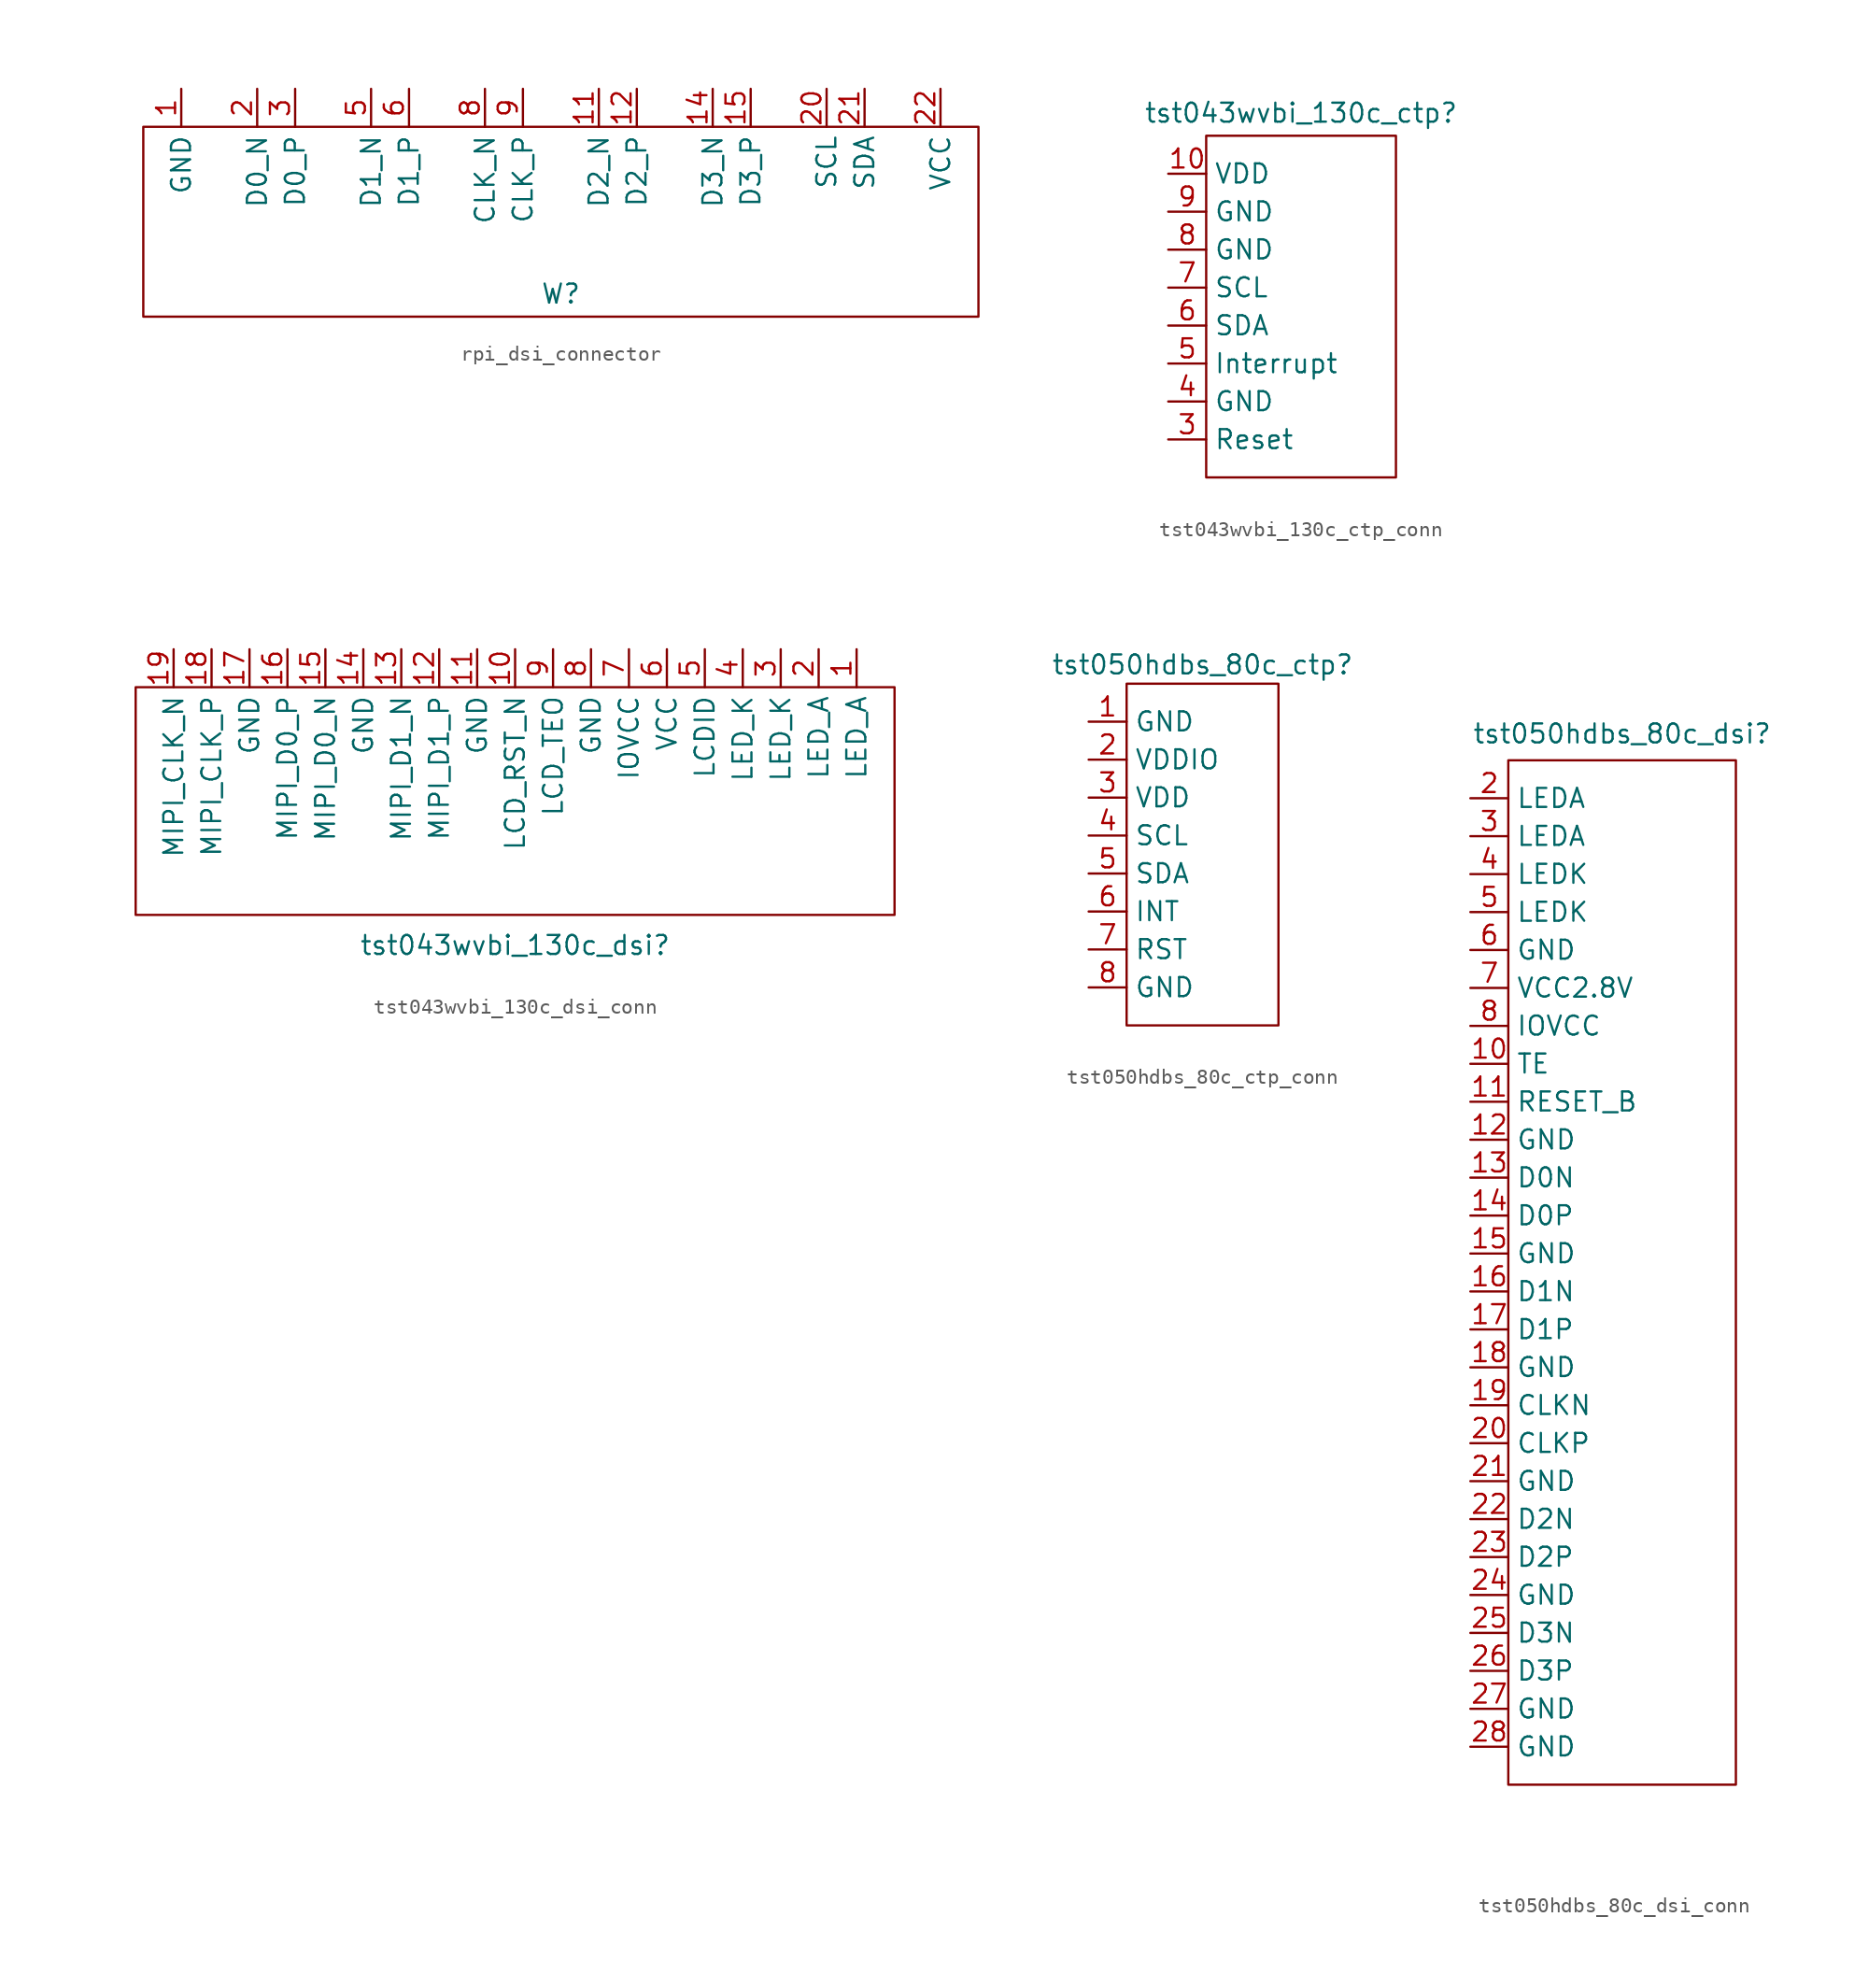
<source format=kicad_sym>
(kicad_symbol_lib
  (version 20241209)
  (generator "kicad_symbol_editor")
  (generator_version "9.0")
  (symbol "rpi_dsi_connector"
    (property "Reference" "W"
      (at 0 -4.826 0)
      (effects (font (size 1.27 1.27))))
    (property "Value" ""
      (at 0 0 0)
      (effects (font (size 1.27 1.27))))
    (symbol "rpi_dsi_connector_0_1"
      (rectangle (start -27.94 6.35) (end 27.94 -6.35) (stroke (width 0) (type default)) (fill (type none))))
    (symbol "rpi_dsi_connector_1_1"
      (pin power_in line (at -25.4 8.89 270) (length 2.54) (name "GND" (effects (font (size 1.27 1.27)))) (number "1" (effects (font (size 1.27 1.27)))))
      (pin input line (at -20.32 8.89 270) (length 2.54) (name "D0_N" (effects (font (size 1.27 1.27)))) (number "2" (effects (font (size 1.27 1.27)))))
      (pin input line (at -17.78 8.89 270) (length 2.54) (name "D0_P" (effects (font (size 1.27 1.27)))) (number "3" (effects (font (size 1.27 1.27)))))
      (pin input line (at -12.7 8.89 270) (length 2.54) (name "D1_N" (effects (font (size 1.27 1.27)))) (number "5" (effects (font (size 1.27 1.27)))))
      (pin input line (at -10.16 8.89 270) (length 2.54) (name "D1_P" (effects (font (size 1.27 1.27)))) (number "6" (effects (font (size 1.27 1.27)))))
      (pin input line (at -5.08 8.89 270) (length 2.54) (name "CLK_N" (effects (font (size 1.27 1.27)))) (number "8" (effects (font (size 1.27 1.27)))))
      (pin input line (at -2.54 8.89 270) (length 2.54) (name "CLK_P" (effects (font (size 1.27 1.27)))) (number "9" (effects (font (size 1.27 1.27)))))
      (pin input line (at 2.54 8.89 270) (length 2.54) (name "D2_N" (effects (font (size 1.27 1.27)))) (number "11" (effects (font (size 1.27 1.27)))))
      (pin input line (at 5.08 8.89 270) (length 2.54) (name "D2_P" (effects (font (size 1.27 1.27)))) (number "12" (effects (font (size 1.27 1.27)))))
      (pin input line (at 10.16 8.89 270) (length 2.54) (name "D3_N" (effects (font (size 1.27 1.27)))) (number "14" (effects (font (size 1.27 1.27)))))
      (pin input line (at 12.7 8.89 270) (length 2.54) (name "D3_P" (effects (font (size 1.27 1.27)))) (number "15" (effects (font (size 1.27 1.27)))))
      (pin input line (at 17.78 8.89 270) (length 2.54) (name "SCL" (effects (font (size 1.27 1.27)))) (number "20" (effects (font (size 1.27 1.27)))))
      (pin bidirectional line (at 20.32 8.89 270) (length 2.54) (name "SDA" (effects (font (size 1.27 1.27)))) (number "21" (effects (font (size 1.27 1.27)))))
      (pin power_in line (at 25.4 8.89 270) (length 2.54) (name "VCC" (effects (font (size 1.27 1.27)))) (number "22" (effects (font (size 1.27 1.27)))))))
  (symbol "tst043wvbi_130c_ctp_conn"
    (property "Reference" "tst043wvbi_130c_ctp"
      (at 0 12.954 0)
      (do_not_autoplace)
      (effects (font (size 1.27 1.27))))
    (property "Value" ""
      (at 0 0 0)
      (effects (font (size 1.27 1.27))))
    (symbol "tst043wvbi_130c_ctp_conn_0_1"
      (rectangle (start -6.35 11.43) (end 6.35 -11.43) (stroke (width 0) (type default)) (fill (type none))))
    (symbol "tst043wvbi_130c_ctp_conn_1_1"
      (pin power_in line (at -8.89 8.89 0) (length 2.54) (name "VDD" (effects (font (size 1.27 1.27)))) (number "10" (effects (font (size 1.27 1.27)))))
      (pin power_in line (at -8.89 6.35 0) (length 2.54) (name "GND" (effects (font (size 1.27 1.27)))) (number "9" (effects (font (size 1.27 1.27)))))
      (pin power_in line (at -8.89 3.81 0) (length 2.54) (name "GND" (effects (font (size 1.27 1.27)))) (number "8" (effects (font (size 1.27 1.27)))))
      (pin input line (at -8.89 1.27 0) (length 2.54) (name "SCL" (effects (font (size 1.27 1.27)))) (number "7" (effects (font (size 1.27 1.27)))))
      (pin bidirectional line (at -8.89 -1.27 0) (length 2.54) (name "SDA" (effects (font (size 1.27 1.27)))) (number "6" (effects (font (size 1.27 1.27)))))
      (pin input line (at -8.89 -3.81 0) (length 2.54) (name "Interrupt" (effects (font (size 1.27 1.27)))) (number "5" (effects (font (size 1.27 1.27)))))
      (pin power_in line (at -8.89 -6.35 0) (length 2.54) (name "GND" (effects (font (size 1.27 1.27)))) (number "4" (effects (font (size 1.27 1.27)))))
      (pin input line (at -8.89 -8.89 0) (length 2.54) (name "Reset" (effects (font (size 1.27 1.27)))) (number "3" (effects (font (size 1.27 1.27)))))))
  (symbol "tst043wvbi_130c_dsi_conn"
    (property "Reference" "tst043wvbi_130c_dsi"
      (at 0 -9.652 0)
      (effects (font (size 1.27 1.27))))
    (property "Value" ""
      (at 0 0 0)
      (effects (font (size 1.27 1.27))))
    (symbol "tst043wvbi_130c_dsi_conn_0_1"
      (rectangle (start -25.4 7.62) (end 25.4 -7.62) (stroke (width 0) (type default)) (fill (type none))))
    (symbol "tst043wvbi_130c_dsi_conn_1_1"
      (pin input line (at -22.86 10.16 270) (length 2.54) (name "MIPI_CLK_N" (effects (font (size 1.27 1.27)))) (number "19" (effects (font (size 1.27 1.27)))))
      (pin input line (at -20.32 10.16 270) (length 2.54) (name "MIPI_CLK_P" (effects (font (size 1.27 1.27)))) (number "18" (effects (font (size 1.27 1.27)))))
      (pin power_in line (at -17.78 10.16 270) (length 2.54) (name "GND" (effects (font (size 1.27 1.27)))) (number "17" (effects (font (size 1.27 1.27)))))
      (pin input line (at -15.24 10.16 270) (length 2.54) (name "MIPI_D0_P" (effects (font (size 1.27 1.27)))) (number "16" (effects (font (size 1.27 1.27)))))
      (pin input line (at -12.7 10.16 270) (length 2.54) (name "MIPI_D0_N" (effects (font (size 1.27 1.27)))) (number "15" (effects (font (size 1.27 1.27)))))
      (pin power_in line (at -10.16 10.16 270) (length 2.54) (name "GND" (effects (font (size 1.27 1.27)))) (number "14" (effects (font (size 1.27 1.27)))))
      (pin input line (at -7.62 10.16 270) (length 2.54) (name "MIPI_D1_N" (effects (font (size 1.27 1.27)))) (number "13" (effects (font (size 1.27 1.27)))))
      (pin input line (at -5.08 10.16 270) (length 2.54) (name "MIPI_D1_P" (effects (font (size 1.27 1.27)))) (number "12" (effects (font (size 1.27 1.27)))))
      (pin power_in line (at -2.54 10.16 270) (length 2.54) (name "GND" (effects (font (size 1.27 1.27)))) (number "11" (effects (font (size 1.27 1.27)))))
      (pin input line (at 0 10.16 270) (length 2.54) (name "LCD_RST_N" (effects (font (size 1.27 1.27)))) (number "10" (effects (font (size 1.27 1.27)))))
      (pin output line (at 2.54 10.16 270) (length 2.54) (name "LCD_TEO" (effects (font (size 1.27 1.27)))) (number "9" (effects (font (size 1.27 1.27)))))
      (pin power_in line (at 5.08 10.16 270) (length 2.54) (name "GND" (effects (font (size 1.27 1.27)))) (number "8" (effects (font (size 1.27 1.27)))))
      (pin power_in line (at 7.62 10.16 270) (length 2.54) (name "IOVCC" (effects (font (size 1.27 1.27)))) (number "7" (effects (font (size 1.27 1.27)))))
      (pin power_in line (at 10.16 10.16 270) (length 2.54) (name "VCC" (effects (font (size 1.27 1.27)))) (number "6" (effects (font (size 1.27 1.27)))))
      (pin output line (at 12.7 10.16 270) (length 2.54) (name "LCDID" (effects (font (size 1.27 1.27)))) (number "5" (effects (font (size 1.27 1.27)))))
      (pin input line (at 15.24 10.16 270) (length 2.54) (name "LED_K" (effects (font (size 1.27 1.27)))) (number "4" (effects (font (size 1.27 1.27)))))
      (pin input line (at 17.78 10.16 270) (length 2.54) (name "LED_K" (effects (font (size 1.27 1.27)))) (number "3" (effects (font (size 1.27 1.27)))))
      (pin input line (at 20.32 10.16 270) (length 2.54) (name "LED_A" (effects (font (size 1.27 1.27)))) (number "2" (effects (font (size 1.27 1.27)))))
      (pin input line (at 22.86 10.16 270) (length 2.54) (name "LED_A" (effects (font (size 1.27 1.27)))) (number "1" (effects (font (size 1.27 1.27)))))))
  (symbol "tst050hdbs_80c_ctp_conn"
    (property "Reference" "tst050hdbs_80c_ctp"
      (at 0 12.7 0)
      (effects (font (size 1.27 1.27))))
    (property "Value" ""
      (at 0 0 0)
      (effects (font (size 1.27 1.27))))
    (symbol "tst050hdbs_80c_ctp_conn_0_1"
      (rectangle (start -5.08 11.43) (end 5.08 -11.43) (stroke (width 0) (type default)) (fill (type none))))
    (symbol "tst050hdbs_80c_ctp_conn_1_1"
      (pin power_in line (at -7.62 8.89 0) (length 2.54) (name "GND" (effects (font (size 1.27 1.27)))) (number "1" (effects (font (size 1.27 1.27)))))
      (pin power_in line (at -7.62 6.35 0) (length 2.54) (name "VDDIO" (effects (font (size 1.27 1.27)))) (number "2" (effects (font (size 1.27 1.27)))))
      (pin power_in line (at -7.62 3.81 0) (length 2.54) (name "VDD" (effects (font (size 1.27 1.27)))) (number "3" (effects (font (size 1.27 1.27)))))
      (pin input line (at -7.62 1.27 0) (length 2.54) (name "SCL" (effects (font (size 1.27 1.27)))) (number "4" (effects (font (size 1.27 1.27)))))
      (pin bidirectional line (at -7.62 -1.27 0) (length 2.54) (name "SDA" (effects (font (size 1.27 1.27)))) (number "5" (effects (font (size 1.27 1.27)))))
      (pin output line (at -7.62 -3.81 0) (length 2.54) (name "INT" (effects (font (size 1.27 1.27)))) (number "6" (effects (font (size 1.27 1.27)))))
      (pin input line (at -7.62 -6.35 0) (length 2.54) (name "RST" (effects (font (size 1.27 1.27)))) (number "7" (effects (font (size 1.27 1.27)))))
      (pin power_in line (at -7.62 -8.89 0) (length 2.54) (name "GND" (effects (font (size 1.27 1.27)))) (number "8" (effects (font (size 1.27 1.27)))))))
  (symbol "tst050hdbs_80c_dsi_conn"
    (property "Reference" "tst050hdbs_80c_dsi"
      (at 0 36.068 0)
      (effects (font (size 1.27 1.27))))
    (property "Value" ""
      (at 0 0 0)
      (effects (font (size 1.27 1.27))))
    (symbol "tst050hdbs_80c_dsi_conn_0_1"
      (rectangle (start -7.62 34.29) (end 7.62 -34.29) (stroke (width 0) (type default)) (fill (type none))))
    (symbol "tst050hdbs_80c_dsi_conn_1_1"
      (pin input line (at -10.16 31.75 0) (length 2.54) (name "LEDA" (effects (font (size 1.27 1.27)))) (number "2" (effects (font (size 1.27 1.27)))))
      (pin input line (at -10.16 29.21 0) (length 2.54) (name "LEDA" (effects (font (size 1.27 1.27)))) (number "3" (effects (font (size 1.27 1.27)))))
      (pin input line (at -10.16 26.67 0) (length 2.54) (name "LEDK" (effects (font (size 1.27 1.27)))) (number "4" (effects (font (size 1.27 1.27)))))
      (pin input line (at -10.16 24.13 0) (length 2.54) (name "LEDK" (effects (font (size 1.27 1.27)))) (number "5" (effects (font (size 1.27 1.27)))))
      (pin power_in line (at -10.16 21.59 0) (length 2.54) (name "GND" (effects (font (size 1.27 1.27)))) (number "6" (effects (font (size 1.27 1.27)))))
      (pin power_in line (at -10.16 19.05 0) (length 2.54) (name "VCC2.8V" (effects (font (size 1.27 1.27)))) (number "7" (effects (font (size 1.27 1.27)))))
      (pin power_in line (at -10.16 16.51 0) (length 2.54) (name "IOVCC" (effects (font (size 1.27 1.27)))) (number "8" (effects (font (size 1.27 1.27)))))
      (pin output line (at -10.16 13.97 0) (length 2.54) (name "TE" (effects (font (size 1.27 1.27)))) (number "10" (effects (font (size 1.27 1.27)))))
      (pin input line (at -10.16 11.43 0) (length 2.54) (name "RESET_B" (effects (font (size 1.27 1.27)))) (number "11" (effects (font (size 1.27 1.27)))))
      (pin power_in line (at -10.16 8.89 0) (length 2.54) (name "GND" (effects (font (size 1.27 1.27)))) (number "12" (effects (font (size 1.27 1.27)))))
      (pin output line (at -10.16 6.35 0) (length 2.54) (name "D0N" (effects (font (size 1.27 1.27)))) (number "13" (effects (font (size 1.27 1.27)))))
      (pin output line (at -10.16 3.81 0) (length 2.54) (name "D0P" (effects (font (size 1.27 1.27)))) (number "14" (effects (font (size 1.27 1.27)))))
      (pin power_in line (at -10.16 1.27 0) (length 2.54) (name "GND" (effects (font (size 1.27 1.27)))) (number "15" (effects (font (size 1.27 1.27)))))
      (pin output line (at -10.16 -1.27 0) (length 2.54) (name "D1N" (effects (font (size 1.27 1.27)))) (number "16" (effects (font (size 1.27 1.27)))))
      (pin output line (at -10.16 -3.81 0) (length 2.54) (name "D1P" (effects (font (size 1.27 1.27)))) (number "17" (effects (font (size 1.27 1.27)))))
      (pin power_in line (at -10.16 -6.35 0) (length 2.54) (name "GND" (effects (font (size 1.27 1.27)))) (number "18" (effects (font (size 1.27 1.27)))))
      (pin output line (at -10.16 -8.89 0) (length 2.54) (name "CLKN" (effects (font (size 1.27 1.27)))) (number "19" (effects (font (size 1.27 1.27)))))
      (pin output line (at -10.16 -11.43 0) (length 2.54) (name "CLKP" (effects (font (size 1.27 1.27)))) (number "20" (effects (font (size 1.27 1.27)))))
      (pin power_in line (at -10.16 -13.97 0) (length 2.54) (name "GND" (effects (font (size 1.27 1.27)))) (number "21" (effects (font (size 1.27 1.27)))))
      (pin output line (at -10.16 -16.51 0) (length 2.54) (name "D2N" (effects (font (size 1.27 1.27)))) (number "22" (effects (font (size 1.27 1.27)))))
      (pin output line (at -10.16 -19.05 0) (length 2.54) (name "D2P" (effects (font (size 1.27 1.27)))) (number "23" (effects (font (size 1.27 1.27)))))
      (pin power_in line (at -10.16 -21.59 0) (length 2.54) (name "GND" (effects (font (size 1.27 1.27)))) (number "24" (effects (font (size 1.27 1.27)))))
      (pin output line (at -10.16 -24.13 0) (length 2.54) (name "D3N" (effects (font (size 1.27 1.27)))) (number "25" (effects (font (size 1.27 1.27)))))
      (pin output line (at -10.16 -26.67 0) (length 2.54) (name "D3P" (effects (font (size 1.27 1.27)))) (number "26" (effects (font (size 1.27 1.27)))))
      (pin power_in line (at -10.16 -29.21 0) (length 2.54) (name "GND" (effects (font (size 1.27 1.27)))) (number "27" (effects (font (size 1.27 1.27)))))
      (pin power_in line (at -10.16 -31.75 0) (length 2.54) (name "GND" (effects (font (size 1.27 1.27)))) (number "28" (effects (font (size 1.27 1.27))))))))
</source>
